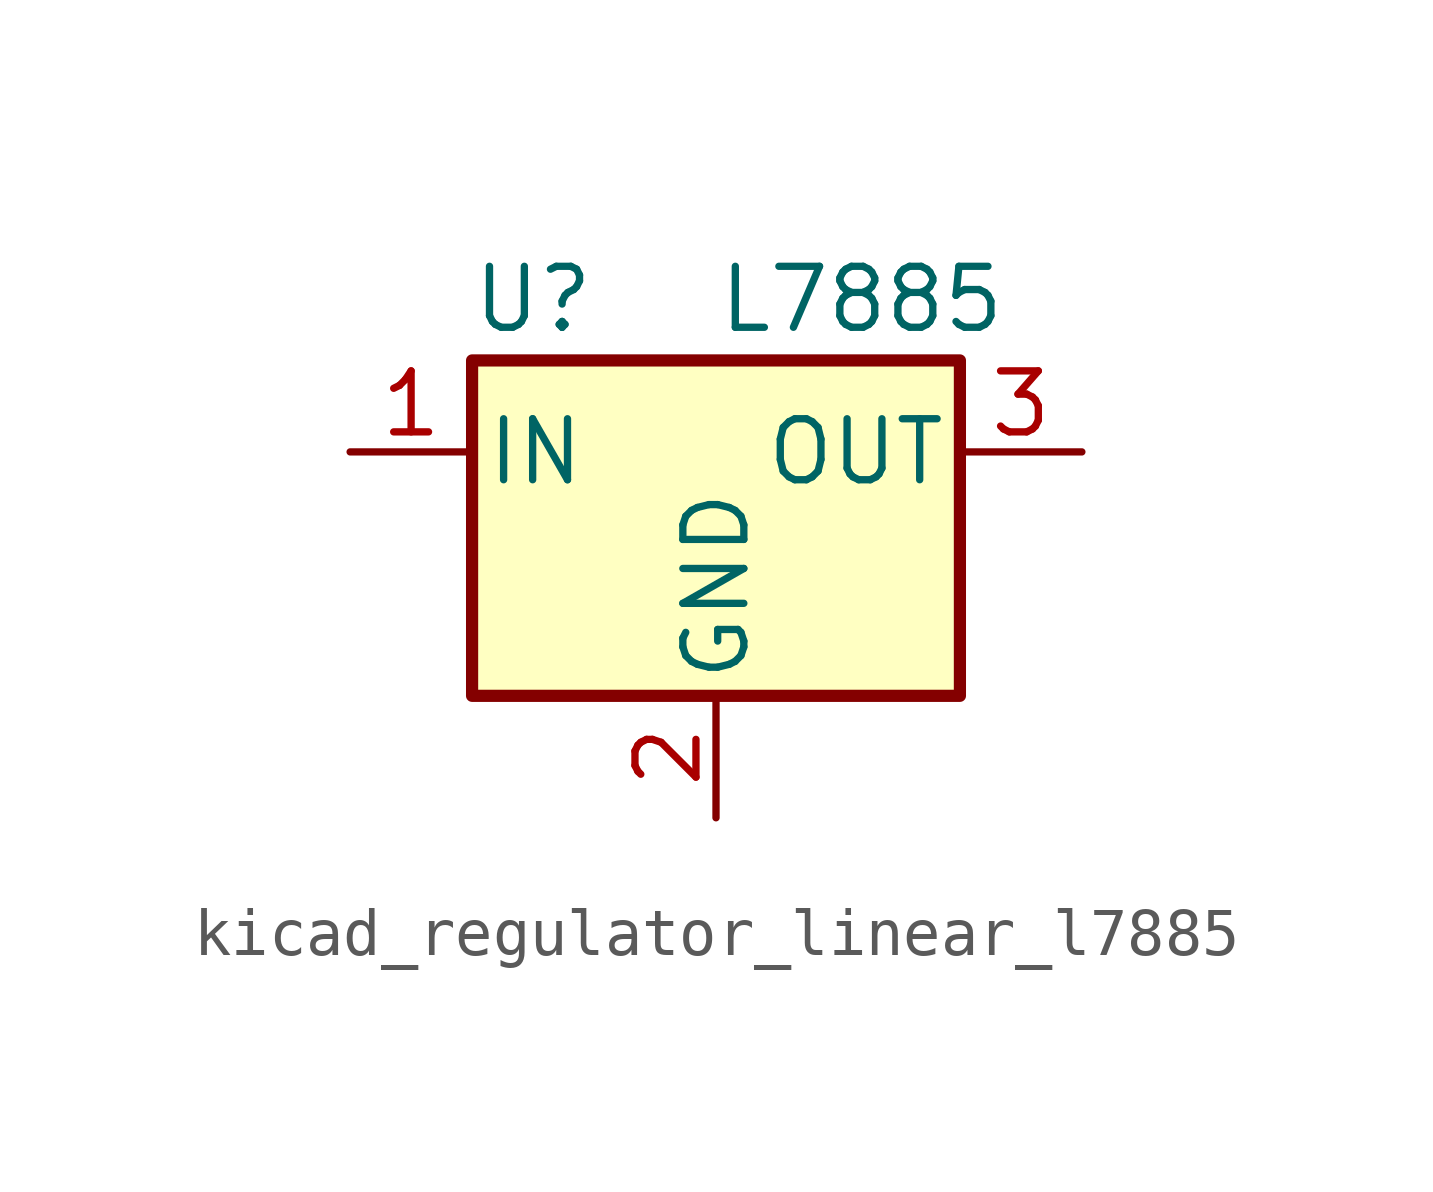
<source format=kicad_sym>
(kicad_symbol_lib
  (version 20220914)
  (generator kicad_symbol_editor)
  (symbol "kicad_regulator_linear_l7885"
    (pin_names
      (offset 0.254))
    (property "Reference" "U"
      (at -3.81 3.175 0)
      (effects (font (size 1.27 1.27))))
    (property "Value" "L7885"
      (at 0 3.175 0)
      (effects (font (size 1.27 1.27)) (justify left)))
    (symbol "kicad_regulator_linear_l7885_0_1"
      (rectangle (start -5.08 1.905) (end 5.08 -5.08) (stroke (width 0.254) (type default)) (fill (type background))))
    (symbol "kicad_regulator_linear_l7885_1_1"
      (pin power_in line (at -7.62 0 0) (length 2.54) (name "IN" (effects (font (size 1.27 1.27)))) (number "1" (effects (font (size 1.27 1.27)))))
      (pin power_in line (at 0 -7.62 90) (length 2.54) (name "GND" (effects (font (size 1.27 1.27)))) (number "2" (effects (font (size 1.27 1.27)))))
      (pin power_out line (at 7.62 0 180) (length 2.54) (name "OUT" (effects (font (size 1.27 1.27)))) (number "3" (effects (font (size 1.27 1.27))))))))
</source>
